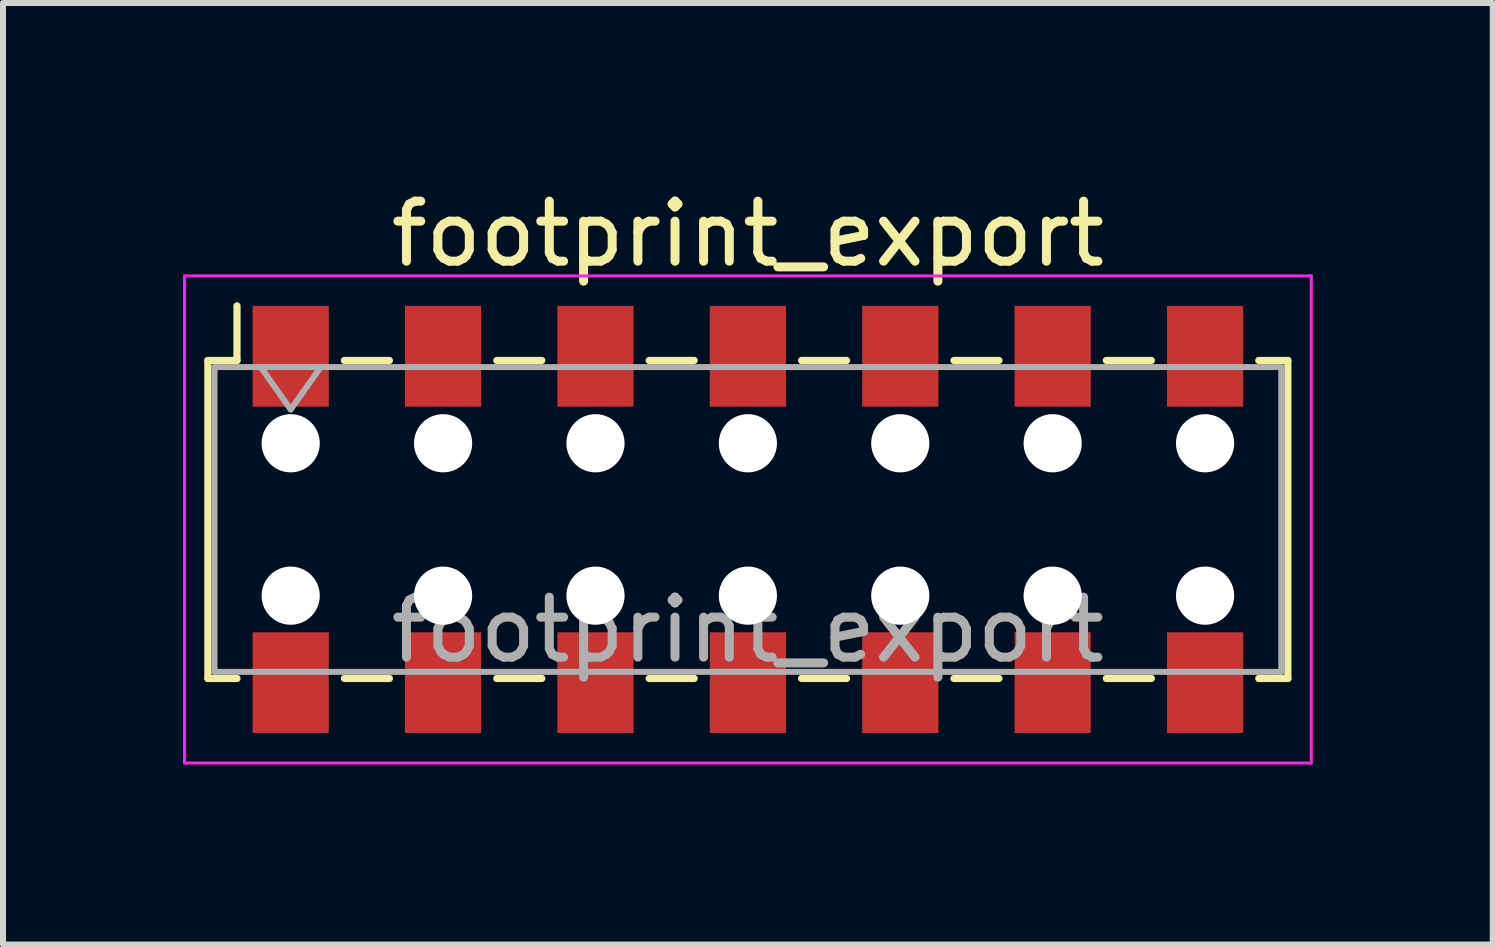
<source format=kicad_pcb>
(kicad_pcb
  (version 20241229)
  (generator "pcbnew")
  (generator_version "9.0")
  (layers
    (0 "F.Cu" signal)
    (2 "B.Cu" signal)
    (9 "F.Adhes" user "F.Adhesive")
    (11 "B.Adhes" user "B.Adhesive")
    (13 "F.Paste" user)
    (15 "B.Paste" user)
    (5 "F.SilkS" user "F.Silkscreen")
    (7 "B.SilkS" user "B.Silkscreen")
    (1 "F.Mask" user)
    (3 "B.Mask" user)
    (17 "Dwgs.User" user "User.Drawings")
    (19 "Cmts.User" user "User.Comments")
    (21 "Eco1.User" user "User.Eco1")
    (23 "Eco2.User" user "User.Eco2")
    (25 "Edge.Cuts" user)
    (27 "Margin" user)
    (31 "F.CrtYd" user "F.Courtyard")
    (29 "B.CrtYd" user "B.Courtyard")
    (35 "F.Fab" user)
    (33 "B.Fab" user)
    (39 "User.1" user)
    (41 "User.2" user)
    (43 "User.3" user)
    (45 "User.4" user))
  (footprint "footprint_export"
    (layer "F.Cu")
    (at 9.415 5.608)
    (property "Reference" "footprint_export" (at 0 -4.76 0) (layer "F.SilkS") (effects (font (size 1 1) (thickness 0.15))))
    (attr smd)
    (fp_line (start -9 -2.65) (end -9 2.65) (stroke (width 0.12) (type solid)) (layer "F.SilkS"))
    (fp_line (start -9 2.65) (end -8.515 2.65) (stroke (width 0.12) (type solid)) (layer "F.SilkS"))
    (fp_line (start -8.515 -3.56) (end -8.515 -2.65) (stroke (width 0.12) (type solid)) (layer "F.SilkS"))
    (fp_line (start -8.515 -2.65) (end -9 -2.65) (stroke (width 0.12) (type solid)) (layer "F.SilkS"))
    (fp_line (start -6.725 -2.65) (end -5.975 -2.65) (stroke (width 0.12) (type solid)) (layer "F.SilkS"))
    (fp_line (start -6.725 2.65) (end -5.975 2.65) (stroke (width 0.12) (type solid)) (layer "F.SilkS"))
    (fp_line (start -4.185 -2.65) (end -3.435 -2.65) (stroke (width 0.12) (type solid)) (layer "F.SilkS"))
    (fp_line (start -4.185 2.65) (end -3.435 2.65) (stroke (width 0.12) (type solid)) (layer "F.SilkS"))
    (fp_line (start -1.645 -2.65) (end -0.895 -2.65) (stroke (width 0.12) (type solid)) (layer "F.SilkS"))
    (fp_line (start -1.645 2.65) (end -0.895 2.65) (stroke (width 0.12) (type solid)) (layer "F.SilkS"))
    (fp_line (start 0.895 -2.65) (end 1.645 -2.65) (stroke (width 0.12) (type solid)) (layer "F.SilkS"))
    (fp_line (start 0.895 2.65) (end 1.645 2.65) (stroke (width 0.12) (type solid)) (layer "F.SilkS"))
    (fp_line (start 3.435 -2.65) (end 4.185 -2.65) (stroke (width 0.12) (type solid)) (layer "F.SilkS"))
    (fp_line (start 3.435 2.65) (end 4.185 2.65) (stroke (width 0.12) (type solid)) (layer "F.SilkS"))
    (fp_line (start 5.975 -2.65) (end 6.725 -2.65) (stroke (width 0.12) (type solid)) (layer "F.SilkS"))
    (fp_line (start 5.975 2.65) (end 6.725 2.65) (stroke (width 0.12) (type solid)) (layer "F.SilkS"))
    (fp_line (start 8.515 -2.65) (end 9 -2.65) (stroke (width 0.12) (type solid)) (layer "F.SilkS"))
    (fp_line (start 9 -2.65) (end 9 2.65) (stroke (width 0.12) (type solid)) (layer "F.SilkS"))
    (fp_line (start 9 2.65) (end 8.515 2.65) (stroke (width 0.12) (type solid)) (layer "F.SilkS"))
    (fp_line (start -9.39 -4.06) (end 9.39 -4.06) (stroke (width 0.05) (type solid)) (layer "F.CrtYd"))
    (fp_line (start -9.39 4.06) (end -9.39 -4.06) (stroke (width 0.05) (type solid)) (layer "F.CrtYd"))
    (fp_line (start 9.39 -4.06) (end 9.39 4.06) (stroke (width 0.05) (type solid)) (layer "F.CrtYd"))
    (fp_line (start 9.39 4.06) (end -9.39 4.06) (stroke (width 0.05) (type solid)) (layer "F.CrtYd"))
    (fp_line (start -8.89 -2.54) (end 8.89 -2.54) (stroke (width 0.1) (type solid)) (layer "F.Fab"))
    (fp_line (start -8.89 2.54) (end -8.89 -2.54) (stroke (width 0.1) (type solid)) (layer "F.Fab"))
    (fp_line (start -8.12 -2.54) (end -7.62 -1.833) (stroke (width 0.1) (type solid)) (layer "F.Fab"))
    (fp_line (start -7.62 -1.833) (end -7.12 -2.54) (stroke (width 0.1) (type solid)) (layer "F.Fab"))
    (fp_line (start 8.89 -2.54) (end 8.89 2.54) (stroke (width 0.1) (type solid)) (layer "F.Fab"))
    (fp_line (start 8.89 2.54) (end -8.89 2.54) (stroke (width 0.1) (type solid)) (layer "F.Fab"))
    (fp_text user "${REFERENCE}" (at 0 1.84 0) (layer "F.Fab") (effects (font (size 1 1) (thickness 0.15))))
    (pad "" np_thru_hole circle (at -7.62 -1.27) (size 0.97 0.97) (drill 0.97) (layers "*.Cu" "*.Mask"))
    (pad "" np_thru_hole circle (at -7.62 1.27) (size 0.97 0.97) (drill 0.97) (layers "*.Cu" "*.Mask"))
    (pad "" np_thru_hole circle (at -5.08 -1.27) (size 0.97 0.97) (drill 0.97) (layers "*.Cu" "*.Mask"))
    (pad "" np_thru_hole circle (at -5.08 1.27) (size 0.97 0.97) (drill 0.97) (layers "*.Cu" "*.Mask"))
    (pad "" np_thru_hole circle (at -2.54 -1.27) (size 0.97 0.97) (drill 0.97) (layers "*.Cu" "*.Mask"))
    (pad "" np_thru_hole circle (at -2.54 1.27) (size 0.97 0.97) (drill 0.97) (layers "*.Cu" "*.Mask"))
    (pad "" np_thru_hole circle (at 0 -1.27) (size 0.97 0.97) (drill 0.97) (layers "*.Cu" "*.Mask"))
    (pad "" np_thru_hole circle (at 0 1.27) (size 0.97 0.97) (drill 0.97) (layers "*.Cu" "*.Mask"))
    (pad "" np_thru_hole circle (at 2.54 -1.27) (size 0.97 0.97) (drill 0.97) (layers "*.Cu" "*.Mask"))
    (pad "" np_thru_hole circle (at 2.54 1.27) (size 0.97 0.97) (drill 0.97) (layers "*.Cu" "*.Mask"))
    (pad "" np_thru_hole circle (at 5.08 -1.27) (size 0.97 0.97) (drill 0.97) (layers "*.Cu" "*.Mask"))
    (pad "" np_thru_hole circle (at 5.08 1.27) (size 0.97 0.97) (drill 0.97) (layers "*.Cu" "*.Mask"))
    (pad "" np_thru_hole circle (at 7.62 -1.27) (size 0.97 0.97) (drill 0.97) (layers "*.Cu" "*.Mask"))
    (pad "" np_thru_hole circle (at 7.62 1.27) (size 0.97 0.97) (drill 0.97) (layers "*.Cu" "*.Mask"))
    (pad "1" smd rect (at -7.62 -2.72) (size 1.27 1.68) (layers "F.Cu" "F.Mask" "F.Paste"))
    (pad "2" smd rect (at -7.62 2.72) (size 1.27 1.68) (layers "F.Cu" "F.Mask" "F.Paste"))
    (pad "3" smd rect (at -5.08 -2.72) (size 1.27 1.68) (layers "F.Cu" "F.Mask" "F.Paste"))
    (pad "4" smd rect (at -5.08 2.72) (size 1.27 1.68) (layers "F.Cu" "F.Mask" "F.Paste"))
    (pad "5" smd rect (at -2.54 -2.72) (size 1.27 1.68) (layers "F.Cu" "F.Mask" "F.Paste"))
    (pad "6" smd rect (at -2.54 2.72) (size 1.27 1.68) (layers "F.Cu" "F.Mask" "F.Paste"))
    (pad "7" smd rect (at 0 -2.72) (size 1.27 1.68) (layers "F.Cu" "F.Mask" "F.Paste"))
    (pad "8" smd rect (at 0 2.72) (size 1.27 1.68) (layers "F.Cu" "F.Mask" "F.Paste"))
    (pad "9" smd rect (at 2.54 -2.72) (size 1.27 1.68) (layers "F.Cu" "F.Mask" "F.Paste"))
    (pad "10" smd rect (at 2.54 2.72) (size 1.27 1.68) (layers "F.Cu" "F.Mask" "F.Paste"))
    (pad "11" smd rect (at 5.08 -2.72) (size 1.27 1.68) (layers "F.Cu" "F.Mask" "F.Paste"))
    (pad "12" smd rect (at 5.08 2.72) (size 1.27 1.68) (layers "F.Cu" "F.Mask" "F.Paste"))
    (pad "13" smd rect (at 7.62 -2.72) (size 1.27 1.68) (layers "F.Cu" "F.Mask" "F.Paste"))
    (pad "14" smd rect (at 7.62 2.72) (size 1.27 1.68) (layers "F.Cu" "F.Mask" "F.Paste")))
  (gr_rect
    (start -3 -3)
    (end 21.83 12.693)
    (stroke (width 0.1) (type default))
    (fill no)
    (layer "Edge.Cuts")))
</source>
